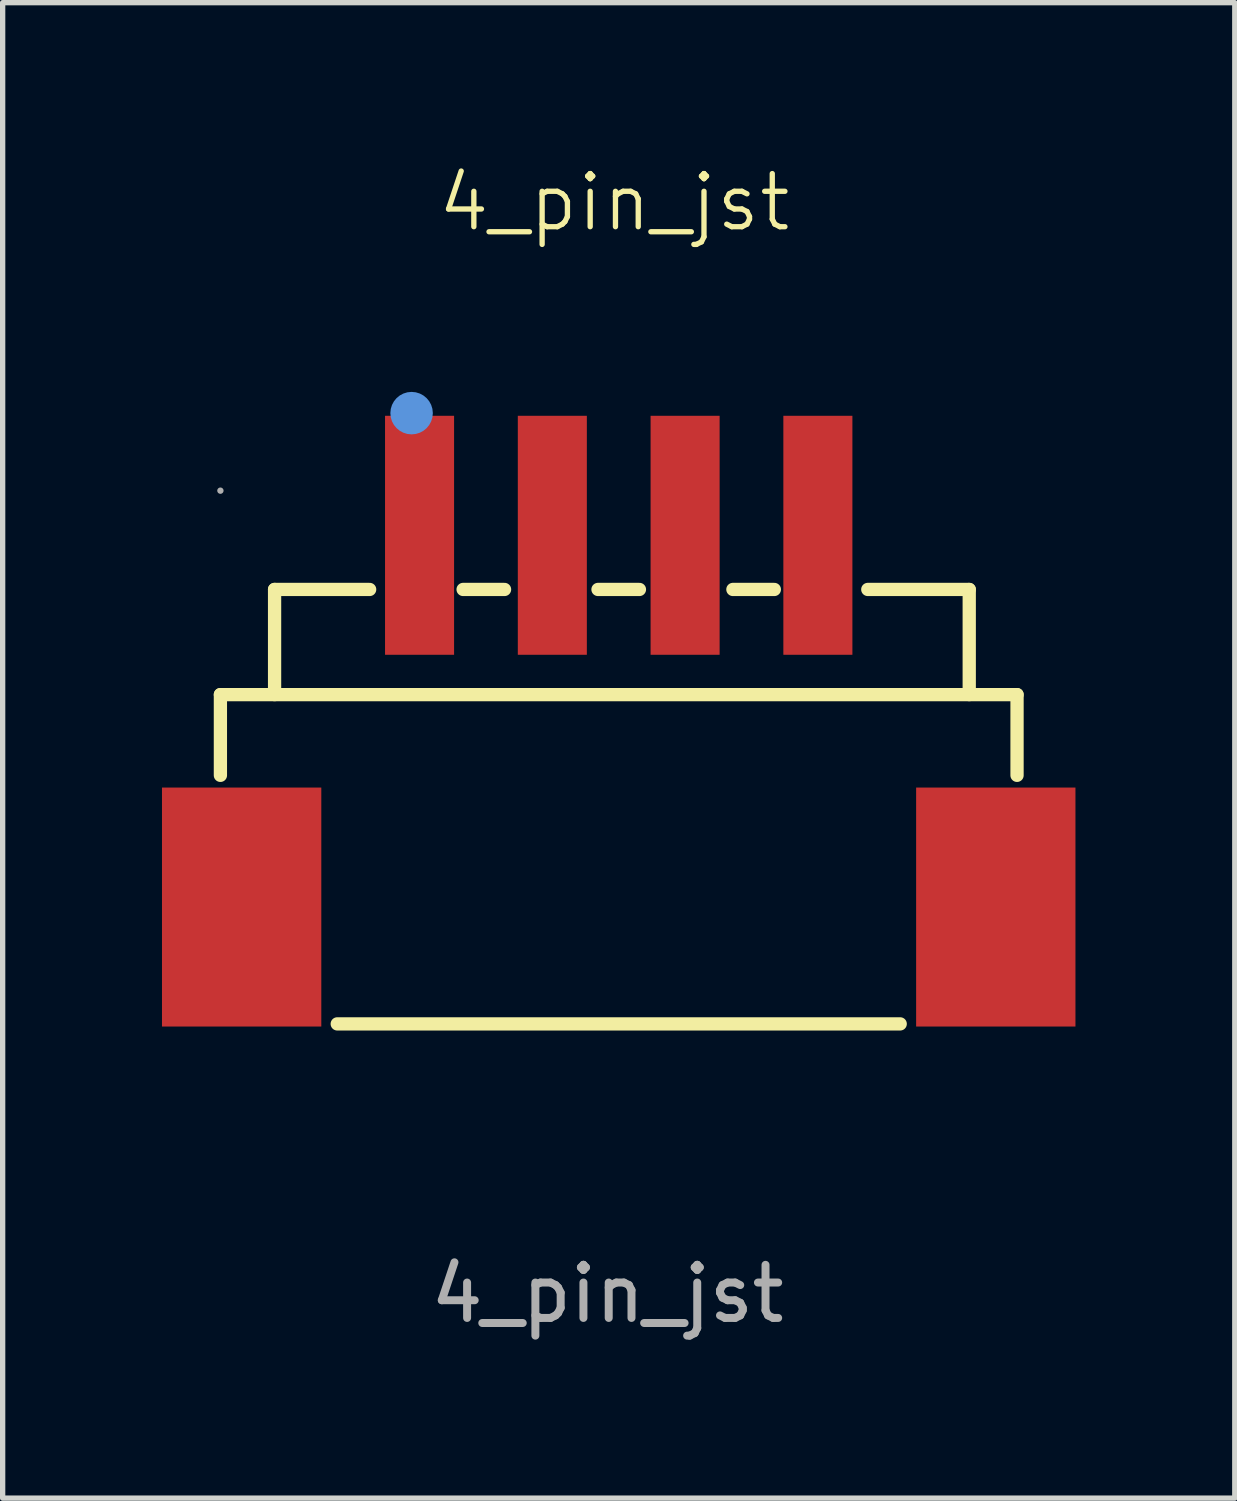
<source format=kicad_pcb>
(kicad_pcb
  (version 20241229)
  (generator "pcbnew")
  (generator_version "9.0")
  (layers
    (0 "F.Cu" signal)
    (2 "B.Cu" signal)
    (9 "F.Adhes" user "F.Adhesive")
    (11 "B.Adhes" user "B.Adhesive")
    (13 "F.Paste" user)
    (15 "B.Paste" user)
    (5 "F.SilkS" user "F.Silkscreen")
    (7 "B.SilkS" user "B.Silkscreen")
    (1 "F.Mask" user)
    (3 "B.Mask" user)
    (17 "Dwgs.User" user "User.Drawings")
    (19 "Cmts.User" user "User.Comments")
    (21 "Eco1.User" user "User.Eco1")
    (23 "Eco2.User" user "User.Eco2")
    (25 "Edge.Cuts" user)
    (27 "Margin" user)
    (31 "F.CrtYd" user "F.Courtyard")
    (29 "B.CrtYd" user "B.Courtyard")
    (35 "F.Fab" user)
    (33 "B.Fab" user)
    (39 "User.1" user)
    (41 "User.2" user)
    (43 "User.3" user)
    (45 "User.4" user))
  (footprint "4_pin_jst"
    (layer "F.Cu")
    (at 8.464 4.342)
    (property "Reference" "4_pin_jst" (at 0.051 -3.581 0) (unlocked yes) (layer "F.SilkS") (effects (font (size 1 1) (thickness 0.1))))
    (attr smd)
    (fp_line (start -7.364 5.687) (end -7.364 7.207) (stroke (width 0.25) (type solid)) (layer "F.SilkS"))
    (fp_line (start -6.344 3.707) (end -4.554 3.707) (stroke (width 0.25) (type solid)) (layer "F.SilkS"))
    (fp_line (start -6.344 5.687) (end -6.344 3.707) (stroke (width 0.25) (type solid)) (layer "F.SilkS"))
    (fp_line (start -5.164 11.887) (end 5.436 11.887) (stroke (width 0.25) (type solid)) (layer "F.SilkS"))
    (fp_line (start -2.794 3.707) (end -2.014 3.707) (stroke (width 0.25) (type solid)) (layer "F.SilkS"))
    (fp_line (start -0.254 3.707) (end 0.526 3.707) (stroke (width 0.25) (type solid)) (layer "F.SilkS"))
    (fp_line (start 2.286 3.707) (end 3.066 3.707) (stroke (width 0.25) (type solid)) (layer "F.SilkS"))
    (fp_line (start 4.826 3.707) (end 6.736 3.707) (stroke (width 0.25) (type solid)) (layer "F.SilkS"))
    (fp_line (start 6.736 3.707) (end 6.736 5.687) (stroke (width 0.25) (type solid)) (layer "F.SilkS"))
    (fp_line (start 7.636 5.687) (end -7.364 5.687) (stroke (width 0.25) (type solid)) (layer "F.SilkS"))
    (fp_line (start 7.636 5.687) (end 7.636 7.207) (stroke (width 0.25) (type solid)) (layer "F.SilkS"))
    (fp_circle (center -3.764 0.387) (end -3.564 0.387) (stroke (width 0.4) (type solid)) (fill no) (layer "Cmts.User"))
    (fp_circle (center -7.364 1.847) (end -7.334 1.847) (stroke (width 0.06) (type solid)) (fill no) (layer "F.Fab"))
    (fp_text user "${REFERENCE}" (at -0.076 16.969 0) (unlocked yes) (layer "F.Fab") (effects (font (size 1 1) (thickness 0.15))))
    (pad "1" smd rect (at -3.614 2.687) (size 1.3 4.5) (layers "F.Cu" "F.Mask" "F.Paste"))
    (pad "2" smd rect (at -1.114 2.687) (size 1.3 4.5) (layers "F.Cu" "F.Mask" "F.Paste"))
    (pad "3" smd rect (at 1.386 2.687) (size 1.3 4.5) (layers "F.Cu" "F.Mask" "F.Paste"))
    (pad "4" smd rect (at 3.886 2.687) (size 1.3 4.5) (layers "F.Cu" "F.Mask" "F.Paste"))
    (pad "5" smd rect (at 7.236 9.687) (size 3 4.5) (layers "F.Cu" "F.Mask" "F.Paste"))
    (pad "6" smd rect (at -6.964 9.687) (size 3 4.5) (layers "F.Cu" "F.Mask" "F.Paste")))
  (gr_rect
    (start -3 -3)
    (end 20.2 25.159)
    (stroke (width 0.1) (type default))
    (fill no)
    (layer "Edge.Cuts")))
</source>
